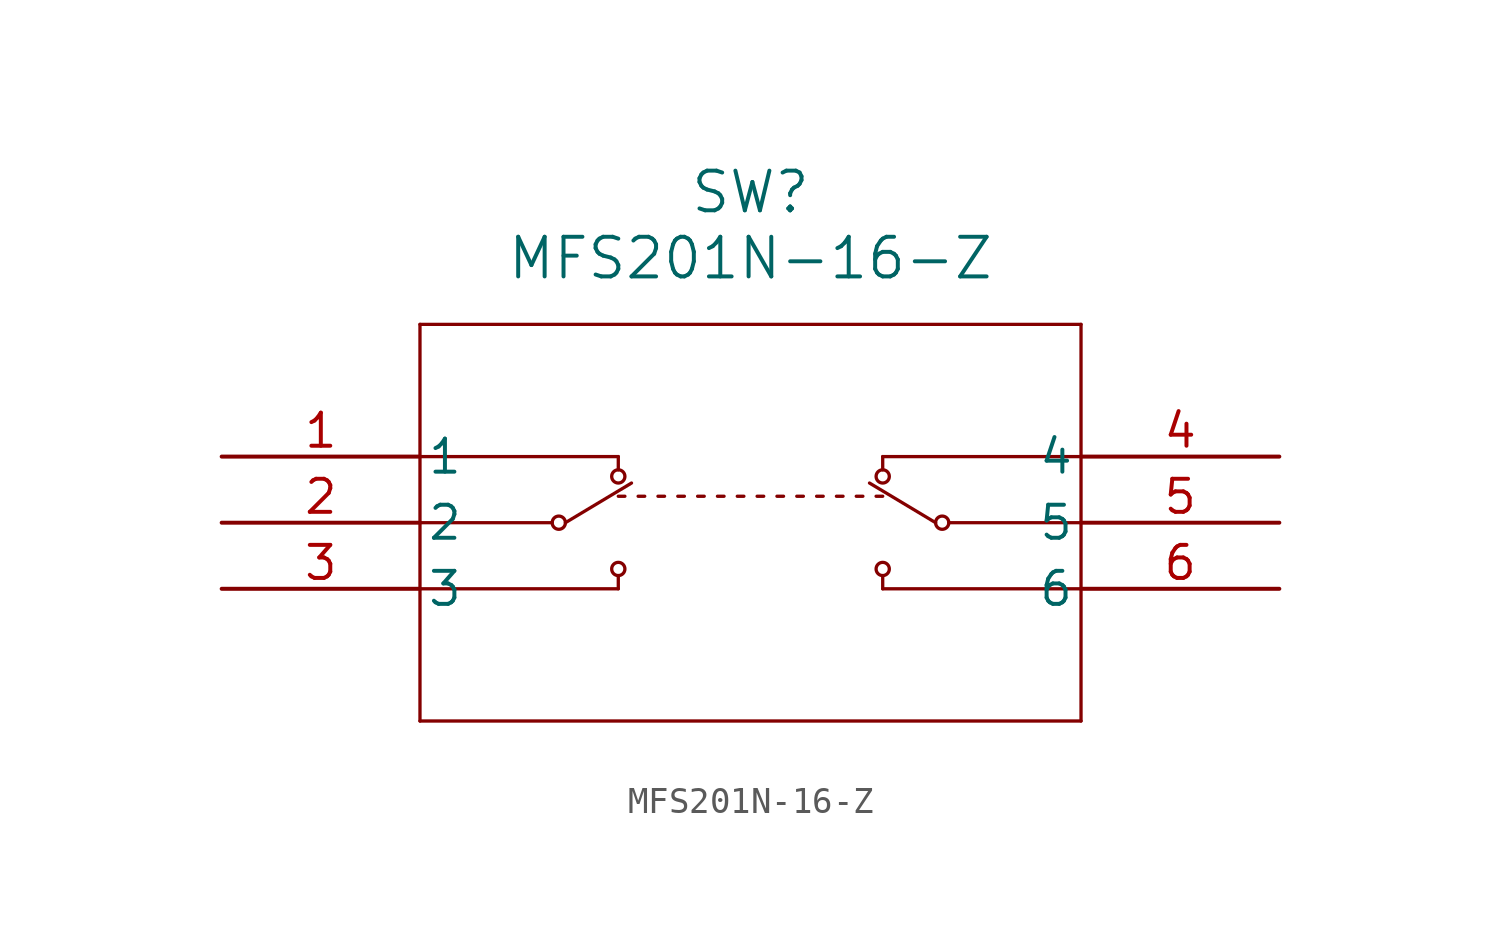
<source format=kicad_sym>
(kicad_symbol_lib
  (version 20211014)
  (generator kicad_symbol_editor)
  (symbol "MFS201N-16-Z"
    (pin_names
      (offset 0.254))
    (property "Reference" "SW"
      (at 20.32 10.16 0)
      (effects (font (size 1.524 1.524))))
    (property "Value" "MFS201N-16-Z"
      (at 20.32 7.62 0)
      (effects (font (size 1.524 1.524))))
    (symbol "MFS201N-16-Z_0_1"
      (polyline (pts (xy 7.62 5.08) (xy 7.62 -10.16)) (stroke (width 0.127) (type default) (color 0 0 0 0)) (fill (type none)))
      (polyline (pts (xy 7.62 -10.16) (xy 33.02 -10.16)) (stroke (width 0.127) (type default) (color 0 0 0 0)) (fill (type none)))
      (polyline (pts (xy 33.02 -10.16) (xy 33.02 5.08)) (stroke (width 0.127) (type default) (color 0 0 0 0)) (fill (type none)))
      (polyline (pts (xy 33.02 5.08) (xy 7.62 5.08)) (stroke (width 0.127) (type default) (color 0 0 0 0)) (fill (type none)))
      (polyline (pts (xy 7.62 -2.54) (xy 12.7 -2.54)) (stroke (width 0.127) (type default) (color 0 0 0 0)) (fill (type none)))
      (polyline (pts (xy 7.62 -5.08) (xy 15.24 -5.08)) (stroke (width 0.127) (type default) (color 0 0 0 0)) (fill (type none)))
      (polyline (pts (xy 7.62 0) (xy 15.24 0)) (stroke (width 0.127) (type default) (color 0 0 0 0)) (fill (type none)))
      (polyline (pts (xy 15.24 0) (xy 15.24 -0.508)) (stroke (width 0.127) (type default) (color 0 0 0 0)) (fill (type none)))
      (polyline (pts (xy 15.24 -4.572) (xy 15.24 -5.08)) (stroke (width 0.127) (type default) (color 0 0 0 0)) (fill (type none)))
      (circle (center 12.954 -2.54) (radius 0.254) (stroke (width 0.127) (type default) (color 0 0 0 0)) (fill (type none)))
      (circle (center 15.24 -0.762) (radius 0.254) (stroke (width 0.127) (type default) (color 0 0 0 0)) (fill (type none)))
      (circle (center 15.24 -4.318) (radius 0.254) (stroke (width 0.127) (type default) (color 0 0 0 0)) (fill (type none)))
      (polyline (pts (xy 13.208 -2.54) (xy 15.748 -1.016)) (stroke (width 0.127) (type default) (color 0 0 0 0)) (fill (type none)))
      (polyline (pts (xy 33.02 -2.54) (xy 27.94 -2.54)) (stroke (width 0.127) (type default) (color 0 0 0 0)) (fill (type none)))
      (polyline (pts (xy 33.02 -5.08) (xy 25.4 -5.08)) (stroke (width 0.127) (type default) (color 0 0 0 0)) (fill (type none)))
      (polyline (pts (xy 33.02 0) (xy 25.4 0)) (stroke (width 0.127) (type default) (color 0 0 0 0)) (fill (type none)))
      (polyline (pts (xy 25.4 0) (xy 25.4 -0.508)) (stroke (width 0.127) (type default) (color 0 0 0 0)) (fill (type none)))
      (polyline (pts (xy 25.4 -4.572) (xy 25.4 -5.08)) (stroke (width 0.127) (type default) (color 0 0 0 0)) (fill (type none)))
      (circle (center 27.686 -2.54) (radius 0.254) (stroke (width 0.127) (type default) (color 0 0 0 0)) (fill (type none)))
      (circle (center 25.4 -0.762) (radius 0.254) (stroke (width 0.127) (type default) (color 0 0 0 0)) (fill (type none)))
      (circle (center 25.4 -4.318) (radius 0.254) (stroke (width 0.127) (type default) (color 0 0 0 0)) (fill (type none)))
      (polyline (pts (xy 27.432 -2.54) (xy 24.892 -1.016)) (stroke (width 0.127) (type default) (color 0 0 0 0)) (fill (type none)))
      (polyline (pts (xy 15.24 -1.524) (xy 15.494 -1.524)) (stroke (width 0.127) (type default) (color 0 0 0 0)) (fill (type none)))
      (polyline (pts (xy 16.002 -1.524) (xy 16.256 -1.524)) (stroke (width 0.127) (type default) (color 0 0 0 0)) (fill (type none)))
      (polyline (pts (xy 16.764 -1.524) (xy 17.018 -1.524)) (stroke (width 0.127) (type default) (color 0 0 0 0)) (fill (type none)))
      (polyline (pts (xy 17.526 -1.524) (xy 17.78 -1.524)) (stroke (width 0.127) (type default) (color 0 0 0 0)) (fill (type none)))
      (polyline (pts (xy 18.288 -1.524) (xy 18.542 -1.524)) (stroke (width 0.127) (type default) (color 0 0 0 0)) (fill (type none)))
      (polyline (pts (xy 19.05 -1.524) (xy 19.304 -1.524)) (stroke (width 0.127) (type default) (color 0 0 0 0)) (fill (type none)))
      (polyline (pts (xy 19.812 -1.524) (xy 20.066 -1.524)) (stroke (width 0.127) (type default) (color 0 0 0 0)) (fill (type none)))
      (polyline (pts (xy 20.574 -1.524) (xy 20.828 -1.524)) (stroke (width 0.127) (type default) (color 0 0 0 0)) (fill (type none)))
      (polyline (pts (xy 21.336 -1.524) (xy 21.59 -1.524)) (stroke (width 0.127) (type default) (color 0 0 0 0)) (fill (type none)))
      (polyline (pts (xy 22.098 -1.524) (xy 22.352 -1.524)) (stroke (width 0.127) (type default) (color 0 0 0 0)) (fill (type none)))
      (polyline (pts (xy 22.86 -1.524) (xy 23.114 -1.524)) (stroke (width 0.127) (type default) (color 0 0 0 0)) (fill (type none)))
      (polyline (pts (xy 23.622 -1.524) (xy 23.876 -1.524)) (stroke (width 0.127) (type default) (color 0 0 0 0)) (fill (type none)))
      (polyline (pts (xy 24.384 -1.524) (xy 24.638 -1.524)) (stroke (width 0.127) (type default) (color 0 0 0 0)) (fill (type none)))
      (polyline (pts (xy 25.146 -1.524) (xy 25.4 -1.524)) (stroke (width 0.127) (type default) (color 0 0 0 0)) (fill (type none)))
      (pin unspecified line (at 0 0 0) (length 7.62) (name "1" (effects (font (size 1.27 1.27)))) (number "1" (effects (font (size 1.27 1.27)))))
      (pin unspecified line (at 0 -2.54 0) (length 7.62) (name "2" (effects (font (size 1.27 1.27)))) (number "2" (effects (font (size 1.27 1.27)))))
      (pin unspecified line (at 0 -5.08 0) (length 7.62) (name "3" (effects (font (size 1.27 1.27)))) (number "3" (effects (font (size 1.27 1.27)))))
      (pin unspecified line (at 40.64 0 180) (length 7.62) (name "4" (effects (font (size 1.27 1.27)))) (number "4" (effects (font (size 1.27 1.27)))))
      (pin unspecified line (at 40.64 -2.54 180) (length 7.62) (name "5" (effects (font (size 1.27 1.27)))) (number "5" (effects (font (size 1.27 1.27)))))
      (pin unspecified line (at 40.64 -5.08 180) (length 7.62) (name "6" (effects (font (size 1.27 1.27)))) (number "6" (effects (font (size 1.27 1.27))))))))
</source>
